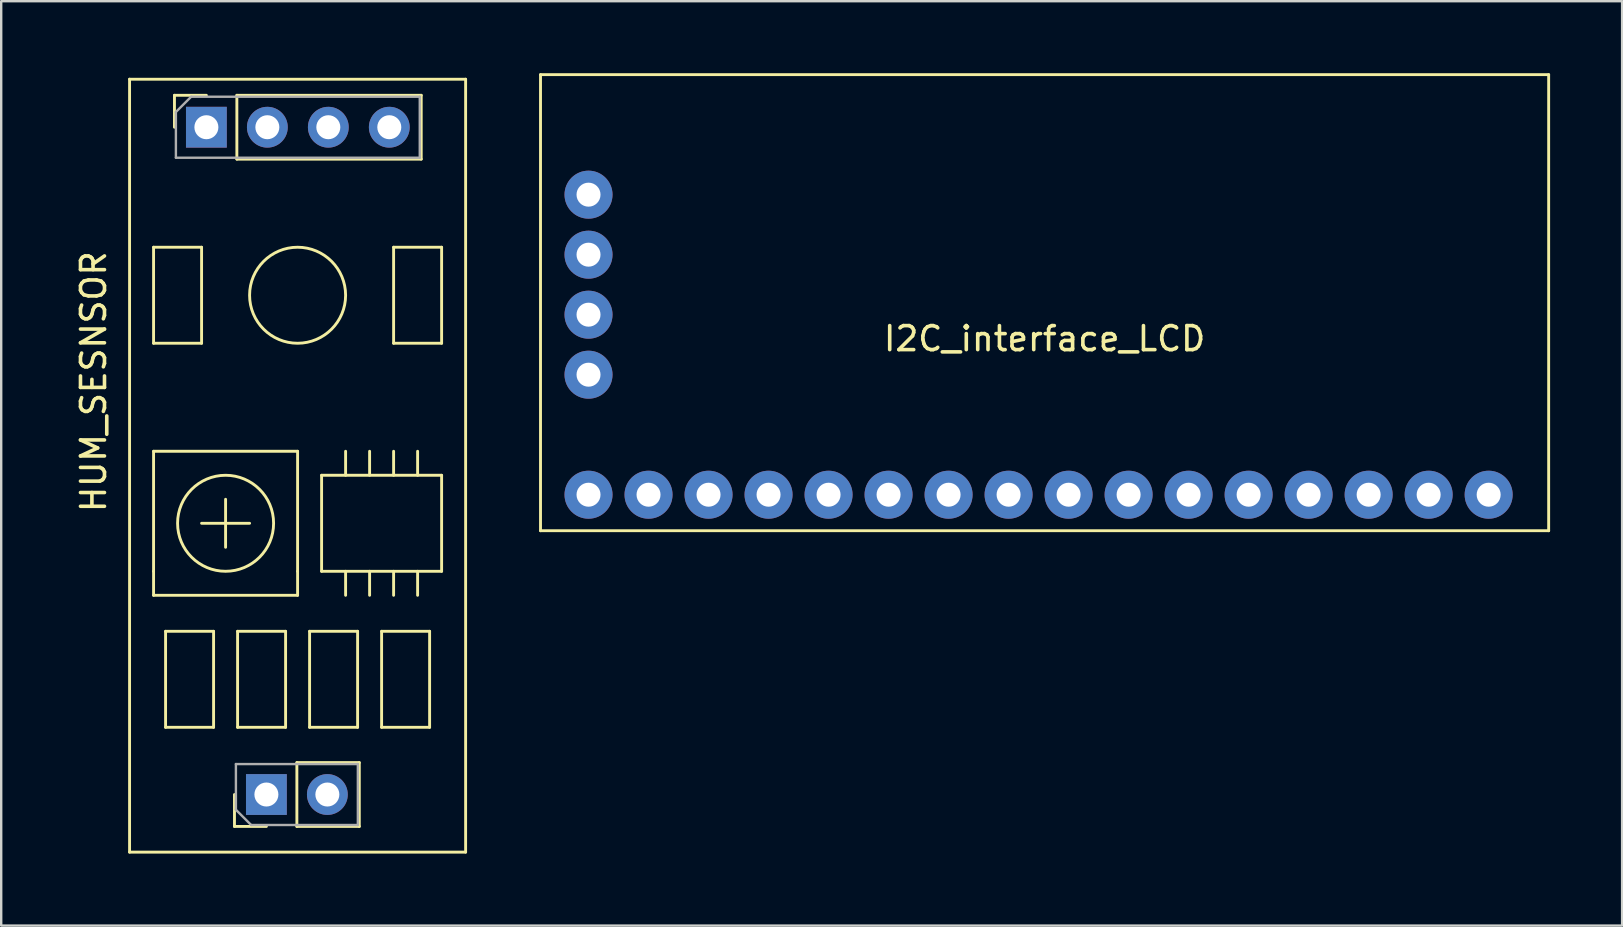
<source format=kicad_pcb>
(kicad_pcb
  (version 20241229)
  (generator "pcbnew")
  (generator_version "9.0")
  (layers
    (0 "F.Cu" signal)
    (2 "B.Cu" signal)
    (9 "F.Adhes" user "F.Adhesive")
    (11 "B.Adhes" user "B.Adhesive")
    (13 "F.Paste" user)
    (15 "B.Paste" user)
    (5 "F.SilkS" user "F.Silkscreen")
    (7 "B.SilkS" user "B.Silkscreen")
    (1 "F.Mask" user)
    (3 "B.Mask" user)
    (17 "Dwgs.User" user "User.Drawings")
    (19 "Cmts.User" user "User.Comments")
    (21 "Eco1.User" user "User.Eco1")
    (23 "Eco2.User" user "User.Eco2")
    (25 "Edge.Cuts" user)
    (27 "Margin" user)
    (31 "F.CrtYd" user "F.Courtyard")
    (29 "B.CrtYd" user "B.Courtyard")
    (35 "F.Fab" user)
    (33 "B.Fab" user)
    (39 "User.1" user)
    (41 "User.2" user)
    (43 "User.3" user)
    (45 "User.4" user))
  (footprint "HUM_SESNSOR"
    (layer "F.Cu")
    (at 2.348 0.25)
    (property "Reference" "HUM_SESNSOR" (at -1.5 12.6 90) (layer "F.SilkS") (effects (font (size 1 1) (thickness 0.15))))
    (attr through_hole)
    (fp_line (start 0 0) (end 14 0) (stroke (width 0.12) (type solid)) (layer "F.SilkS"))
    (fp_line (start 0 32.2) (end 0 0) (stroke (width 0.12) (type solid)) (layer "F.SilkS"))
    (fp_line (start 1 7) (end 3 7) (stroke (width 0.12) (type solid)) (layer "F.SilkS"))
    (fp_line (start 1 11) (end 1 7) (stroke (width 0.12) (type solid)) (layer "F.SilkS"))
    (fp_line (start 1 15.5) (end 7 15.5) (stroke (width 0.12) (type solid)) (layer "F.SilkS"))
    (fp_line (start 1 20.5) (end 1 15.5) (stroke (width 0.12) (type solid)) (layer "F.SilkS"))
    (fp_line (start 1 21.5) (end 1 20.5) (stroke (width 0.12) (type solid)) (layer "F.SilkS"))
    (fp_line (start 1.5 23) (end 3.5 23) (stroke (width 0.12) (type solid)) (layer "F.SilkS"))
    (fp_line (start 1.5 27) (end 1.5 23) (stroke (width 0.12) (type solid)) (layer "F.SilkS"))
    (fp_line (start 1.87 0.67) (end 3.2 0.67) (stroke (width 0.12) (type solid)) (layer "F.SilkS"))
    (fp_line (start 1.87 2) (end 1.87 0.67) (stroke (width 0.12) (type solid)) (layer "F.SilkS"))
    (fp_line (start 3 7) (end 3 11) (stroke (width 0.12) (type solid)) (layer "F.SilkS"))
    (fp_line (start 3 11) (end 1 11) (stroke (width 0.12) (type solid)) (layer "F.SilkS"))
    (fp_line (start 3 18.5) (end 5 18.5) (stroke (width 0.12) (type solid)) (layer "F.SilkS"))
    (fp_line (start 3.5 23) (end 3.5 27) (stroke (width 0.12) (type solid)) (layer "F.SilkS"))
    (fp_line (start 3.5 27) (end 1.5 27) (stroke (width 0.12) (type solid)) (layer "F.SilkS"))
    (fp_line (start 4 17.5) (end 4 19.5) (stroke (width 0.12) (type solid)) (layer "F.SilkS"))
    (fp_line (start 4.37 31.13) (end 4.37 29.8) (stroke (width 0.12) (type solid)) (layer "F.SilkS"))
    (fp_line (start 4.47 0.67) (end 12.15 0.67) (stroke (width 0.12) (type solid)) (layer "F.SilkS"))
    (fp_line (start 4.47 3.33) (end 4.47 0.67) (stroke (width 0.12) (type solid)) (layer "F.SilkS"))
    (fp_line (start 4.47 3.33) (end 12.15 3.33) (stroke (width 0.12) (type solid)) (layer "F.SilkS"))
    (fp_line (start 4.5 23) (end 6.5 23) (stroke (width 0.12) (type solid)) (layer "F.SilkS"))
    (fp_line (start 4.5 27) (end 4.5 23) (stroke (width 0.12) (type solid)) (layer "F.SilkS"))
    (fp_line (start 5.7 31.13) (end 4.37 31.13) (stroke (width 0.12) (type solid)) (layer "F.SilkS"))
    (fp_line (start 6.5 23) (end 6.5 27) (stroke (width 0.12) (type solid)) (layer "F.SilkS"))
    (fp_line (start 6.5 27) (end 4.5 27) (stroke (width 0.12) (type solid)) (layer "F.SilkS"))
    (fp_line (start 6.97 28.47) (end 9.57 28.47) (stroke (width 0.12) (type solid)) (layer "F.SilkS"))
    (fp_line (start 6.97 31.13) (end 6.97 28.47) (stroke (width 0.12) (type solid)) (layer "F.SilkS"))
    (fp_line (start 6.97 31.13) (end 9.57 31.13) (stroke (width 0.12) (type solid)) (layer "F.SilkS"))
    (fp_line (start 7 15.5) (end 7 20.5) (stroke (width 0.12) (type solid)) (layer "F.SilkS"))
    (fp_line (start 7 20.5) (end 7 21.5) (stroke (width 0.12) (type solid)) (layer "F.SilkS"))
    (fp_line (start 7 21.5) (end 1 21.5) (stroke (width 0.12) (type solid)) (layer "F.SilkS"))
    (fp_line (start 7.5 23) (end 9.5 23) (stroke (width 0.12) (type solid)) (layer "F.SilkS"))
    (fp_line (start 7.5 27) (end 7.5 23) (stroke (width 0.12) (type solid)) (layer "F.SilkS"))
    (fp_line (start 8 16.5) (end 13 16.5) (stroke (width 0.12) (type solid)) (layer "F.SilkS"))
    (fp_line (start 8 20.5) (end 8 16.5) (stroke (width 0.12) (type solid)) (layer "F.SilkS"))
    (fp_line (start 9 16.5) (end 9 15.5) (stroke (width 0.12) (type solid)) (layer "F.SilkS"))
    (fp_line (start 9 20.5) (end 9 21.5) (stroke (width 0.12) (type solid)) (layer "F.SilkS"))
    (fp_line (start 9.5 23) (end 9.5 27) (stroke (width 0.12) (type solid)) (layer "F.SilkS"))
    (fp_line (start 9.5 27) (end 7.5 27) (stroke (width 0.12) (type solid)) (layer "F.SilkS"))
    (fp_line (start 9.57 31.13) (end 9.57 28.47) (stroke (width 0.12) (type solid)) (layer "F.SilkS"))
    (fp_line (start 10 16.5) (end 10 15.5) (stroke (width 0.12) (type solid)) (layer "F.SilkS"))
    (fp_line (start 10 20.5) (end 10 21.5) (stroke (width 0.12) (type solid)) (layer "F.SilkS"))
    (fp_line (start 10.5 23) (end 12.5 23) (stroke (width 0.12) (type solid)) (layer "F.SilkS"))
    (fp_line (start 10.5 27) (end 10.5 23) (stroke (width 0.12) (type solid)) (layer "F.SilkS"))
    (fp_line (start 11 7) (end 13 7) (stroke (width 0.12) (type solid)) (layer "F.SilkS"))
    (fp_line (start 11 11) (end 11 7) (stroke (width 0.12) (type solid)) (layer "F.SilkS"))
    (fp_line (start 11 16.5) (end 11 15.5) (stroke (width 0.12) (type solid)) (layer "F.SilkS"))
    (fp_line (start 11 20.5) (end 11 21.5) (stroke (width 0.12) (type solid)) (layer "F.SilkS"))
    (fp_line (start 12 16.5) (end 12 15.5) (stroke (width 0.12) (type solid)) (layer "F.SilkS"))
    (fp_line (start 12 20.5) (end 12 21.5) (stroke (width 0.12) (type solid)) (layer "F.SilkS"))
    (fp_line (start 12.15 3.33) (end 12.15 0.67) (stroke (width 0.12) (type solid)) (layer "F.SilkS"))
    (fp_line (start 12.5 23) (end 12.5 27) (stroke (width 0.12) (type solid)) (layer "F.SilkS"))
    (fp_line (start 12.5 27) (end 10.5 27) (stroke (width 0.12) (type solid)) (layer "F.SilkS"))
    (fp_line (start 13 7) (end 13 11) (stroke (width 0.12) (type solid)) (layer "F.SilkS"))
    (fp_line (start 13 11) (end 11 11) (stroke (width 0.12) (type solid)) (layer "F.SilkS"))
    (fp_line (start 13 16.5) (end 13 20.5) (stroke (width 0.12) (type solid)) (layer "F.SilkS"))
    (fp_line (start 13 20.5) (end 8 20.5) (stroke (width 0.12) (type solid)) (layer "F.SilkS"))
    (fp_line (start 14 0) (end 14 32.2) (stroke (width 0.12) (type solid)) (layer "F.SilkS"))
    (fp_line (start 14 32.2) (end 0 32.2) (stroke (width 0.12) (type solid)) (layer "F.SilkS"))
    (fp_circle (center 4 18.5) (end 6 18.5) (stroke (width 0.12) (type solid)) (fill no) (layer "F.SilkS"))
    (fp_circle (center 7 9) (end 9 9) (stroke (width 0.12) (type solid)) (fill no) (layer "F.SilkS"))
    (fp_line (start 1.93 1.365) (end 2.565 0.73) (stroke (width 0.1) (type solid)) (layer "F.Fab"))
    (fp_line (start 1.93 3.27) (end 1.93 1.365) (stroke (width 0.1) (type solid)) (layer "F.Fab"))
    (fp_line (start 2.565 0.73) (end 12.09 0.73) (stroke (width 0.1) (type solid)) (layer "F.Fab"))
    (fp_line (start 4.43 28.53) (end 9.51 28.53) (stroke (width 0.1) (type solid)) (layer "F.Fab"))
    (fp_line (start 4.43 30.435) (end 4.43 28.53) (stroke (width 0.1) (type solid)) (layer "F.Fab"))
    (fp_line (start 5.065 31.07) (end 4.43 30.435) (stroke (width 0.1) (type solid)) (layer "F.Fab"))
    (fp_line (start 9.51 28.53) (end 9.51 31.07) (stroke (width 0.1) (type solid)) (layer "F.Fab"))
    (fp_line (start 9.51 31.07) (end 5.065 31.07) (stroke (width 0.1) (type solid)) (layer "F.Fab"))
    (fp_line (start 12.09 0.73) (end 12.09 3.27) (stroke (width 0.1) (type solid)) (layer "F.Fab"))
    (fp_line (start 12.09 3.27) (end 1.93 3.27) (stroke (width 0.1) (type solid)) (layer "F.Fab"))
    (pad "1" thru_hole rect (at 3.2 2 90) (size 1.7 1.7) (drill 1) (layers "*.Cu" "*.Mask"))
    (pad "2" thru_hole oval (at 5.74 2 90) (size 1.7 1.7) (drill 1) (layers "*.Cu" "*.Mask"))
    (pad "3" thru_hole oval (at 8.28 2 90) (size 1.7 1.7) (drill 1) (layers "*.Cu" "*.Mask"))
    (pad "4" thru_hole oval (at 10.82 2 90) (size 1.7 1.7) (drill 1) (layers "*.Cu" "*.Mask"))
    (pad "5" thru_hole rect (at 5.7 29.8 90) (size 1.7 1.7) (drill 1) (layers "*.Cu" "*.Mask"))
    (pad "6" thru_hole oval (at 8.24 29.8 90) (size 1.7 1.7) (drill 1) (layers "*.Cu" "*.Mask")))
  (footprint "I2C_interface_LCD"
    (layer "F.Cu")
    (at 21.468 17.56)
    (property "Reference" "I2C_interface_LCD" (at 19 -6.5 0) (layer "F.SilkS") (effects (font (size 1 1) (thickness 0.15))))
    (attr through_hole)
    (fp_line (start -2 -17.5) (end 40 -17.5) (stroke (width 0.12) (type solid)) (layer "F.SilkS"))
    (fp_line (start -2 1.5) (end -2 -17.5) (stroke (width 0.12) (type solid)) (layer "F.SilkS"))
    (fp_line (start 40 -17.5) (end 40 1.5) (stroke (width 0.12) (type solid)) (layer "F.SilkS"))
    (fp_line (start 40 1.5) (end -2 1.5) (stroke (width 0.12) (type solid)) (layer "F.SilkS"))
    (pad "1" thru_hole circle (at 0 0) (size 2 2) (drill 1) (layers "*.Cu" "*.Mask"))
    (pad "2" thru_hole circle (at 2.5 0) (size 2 2) (drill 1) (layers "*.Cu" "*.Mask"))
    (pad "3" thru_hole circle (at 5 0) (size 2 2) (drill 1) (layers "*.Cu" "*.Mask"))
    (pad "4" thru_hole circle (at 7.5 0) (size 2 2) (drill 1) (layers "*.Cu" "*.Mask"))
    (pad "5" thru_hole circle (at 10 0) (size 2 2) (drill 1) (layers "*.Cu" "*.Mask"))
    (pad "6" thru_hole circle (at 12.5 0) (size 2 2) (drill 1) (layers "*.Cu" "*.Mask"))
    (pad "7" thru_hole circle (at 15 0) (size 2 2) (drill 1) (layers "*.Cu" "*.Mask"))
    (pad "8" thru_hole circle (at 17.5 0) (size 2 2) (drill 1) (layers "*.Cu" "*.Mask"))
    (pad "9" thru_hole circle (at 20 0) (size 2 2) (drill 1) (layers "*.Cu" "*.Mask"))
    (pad "10" thru_hole circle (at 22.5 0) (size 2 2) (drill 1) (layers "*.Cu" "*.Mask"))
    (pad "11" thru_hole circle (at 25 0) (size 2 2) (drill 1) (layers "*.Cu" "*.Mask"))
    (pad "12" thru_hole circle (at 27.5 0) (size 2 2) (drill 1) (layers "*.Cu" "*.Mask"))
    (pad "13" thru_hole circle (at 30 0) (size 2 2) (drill 1) (layers "*.Cu" "*.Mask"))
    (pad "14" thru_hole circle (at 32.5 0) (size 2 2) (drill 1) (layers "*.Cu" "*.Mask"))
    (pad "15" thru_hole circle (at 35 0) (size 2 2) (drill 1) (layers "*.Cu" "*.Mask"))
    (pad "16" thru_hole circle (at 37.5 0) (size 2 2) (drill 1) (layers "*.Cu" "*.Mask"))
    (pad "17" thru_hole circle (at 0 -5) (size 2 2) (drill 1) (layers "*.Cu" "*.Mask"))
    (pad "18" thru_hole circle (at 0 -7.5) (size 2 2) (drill 1) (layers "*.Cu" "*.Mask"))
    (pad "19" thru_hole circle (at 0 -10) (size 2 2) (drill 1) (layers "*.Cu" "*.Mask"))
    (pad "20" thru_hole circle (at 0 -12.5) (size 2 2) (drill 1) (layers "*.Cu" "*.Mask")))
  (gr_rect
    (start -3 -3)
    (end 64.528 35.51)
    (stroke (width 0.1) (type default))
    (fill no)
    (layer "Edge.Cuts")))
</source>
